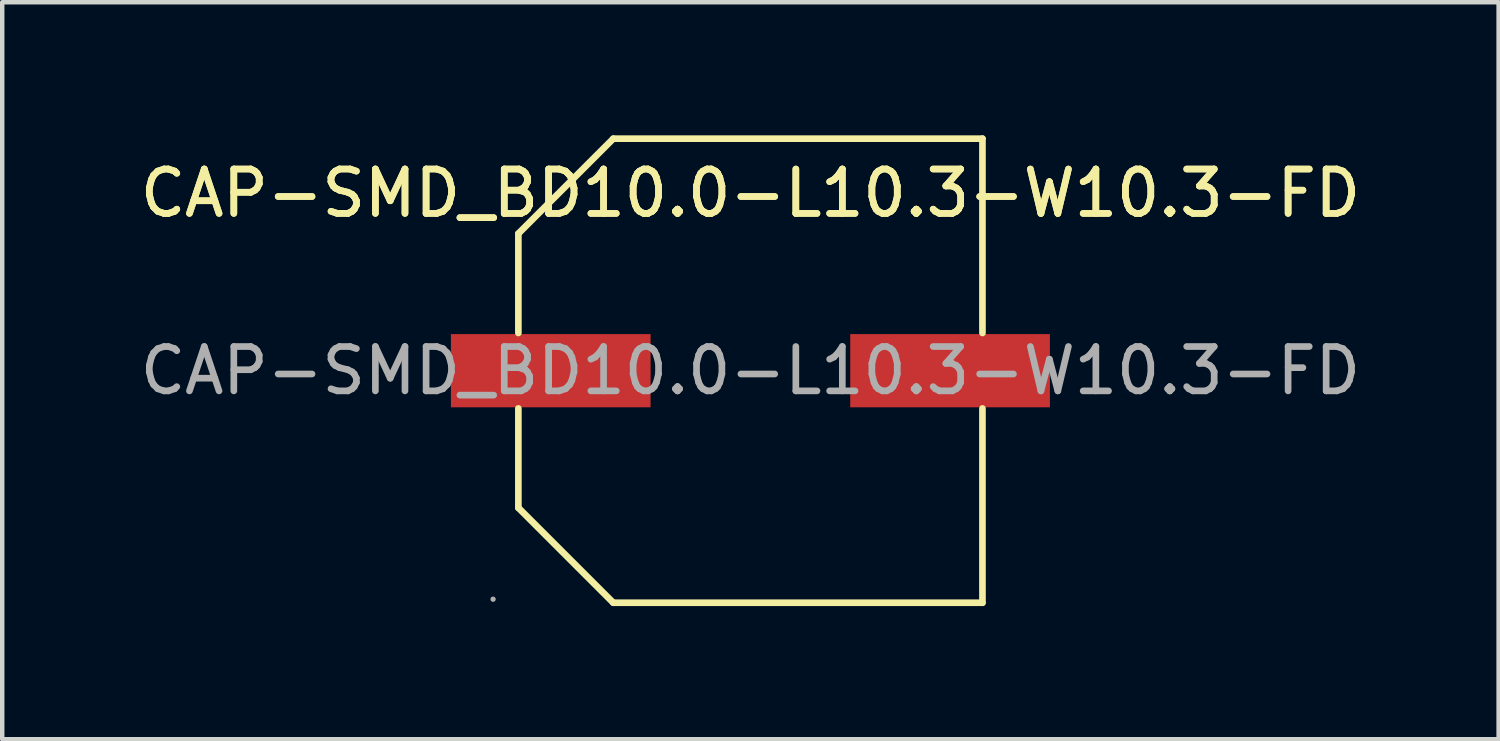
<source format=kicad_pcb>
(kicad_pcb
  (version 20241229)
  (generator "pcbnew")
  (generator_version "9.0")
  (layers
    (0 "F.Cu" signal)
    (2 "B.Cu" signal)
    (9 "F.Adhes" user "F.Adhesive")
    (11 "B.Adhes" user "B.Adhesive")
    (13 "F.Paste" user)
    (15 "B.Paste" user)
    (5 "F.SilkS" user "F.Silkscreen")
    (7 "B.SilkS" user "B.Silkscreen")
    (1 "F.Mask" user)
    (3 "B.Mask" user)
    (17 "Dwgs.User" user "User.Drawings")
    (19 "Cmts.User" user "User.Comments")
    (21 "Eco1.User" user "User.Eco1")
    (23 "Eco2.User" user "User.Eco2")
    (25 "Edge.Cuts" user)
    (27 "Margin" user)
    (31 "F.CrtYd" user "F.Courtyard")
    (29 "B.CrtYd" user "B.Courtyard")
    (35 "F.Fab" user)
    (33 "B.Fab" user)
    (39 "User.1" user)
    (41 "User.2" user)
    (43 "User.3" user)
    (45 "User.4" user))
  (footprint "CAP-SMD_BD10.0-L10.3-W10.3-FD"
    (layer "F.Cu")
    (at 13.863 5.305)
    (property "Reference" "CAP-SMD_BD10.0-L10.3-W10.3-FD" (at 0 -4 0) (layer "F.SilkS") (effects (font (size 1 1) (thickness 0.15))))
    (attr smd)
    (fp_line (start -5.23 -3.09) (end -5.23 -0.85) (stroke (width 0.15) (type solid)) (layer "F.SilkS"))
    (fp_line (start -5.23 3.09) (end -5.23 0.85) (stroke (width 0.15) (type solid)) (layer "F.SilkS"))
    (fp_line (start -3.09 -5.23) (end -5.23 -3.09) (stroke (width 0.15) (type solid)) (layer "F.SilkS"))
    (fp_line (start -3.09 5.23) (end -5.23 3.09) (stroke (width 0.15) (type solid)) (layer "F.SilkS"))
    (fp_line (start 5.23 -5.23) (end -3.09 -5.23) (stroke (width 0.15) (type solid)) (layer "F.SilkS"))
    (fp_line (start 5.23 -0.85) (end 5.23 -5.23) (stroke (width 0.15) (type solid)) (layer "F.SilkS"))
    (fp_line (start 5.23 0.85) (end 5.23 5.23) (stroke (width 0.15) (type solid)) (layer "F.SilkS"))
    (fp_line (start 5.23 5.23) (end -3.09 5.23) (stroke (width 0.15) (type solid)) (layer "F.SilkS"))
    (fp_circle (center -5.8 5.15) (end -5.77 5.15) (stroke (width 0.06) (type solid)) (fill no) (layer "F.Fab"))
    (fp_text user "${REFERENCE}" (at 0 -4 0) (layer "F.SilkS") (effects (font (size 1 1) (thickness 0.15))))
    (fp_text user "${REFERENCE}" (at 0 0 0) (layer "F.Fab") (effects (font (size 1 1) (thickness 0.15))))
    (pad "1" smd rect (at -4.5 0) (size 4.5 1.65) (layers "F.Cu" "F.Mask" "F.Paste"))
    (pad "2" smd rect (at 4.5 0) (size 4.5 1.65) (layers "F.Cu" "F.Mask" "F.Paste")))
  (gr_rect
    (start -3 -3)
    (end 30.726 13.61)
    (stroke (width 0.1) (type default))
    (fill no)
    (layer "Edge.Cuts")))
</source>
